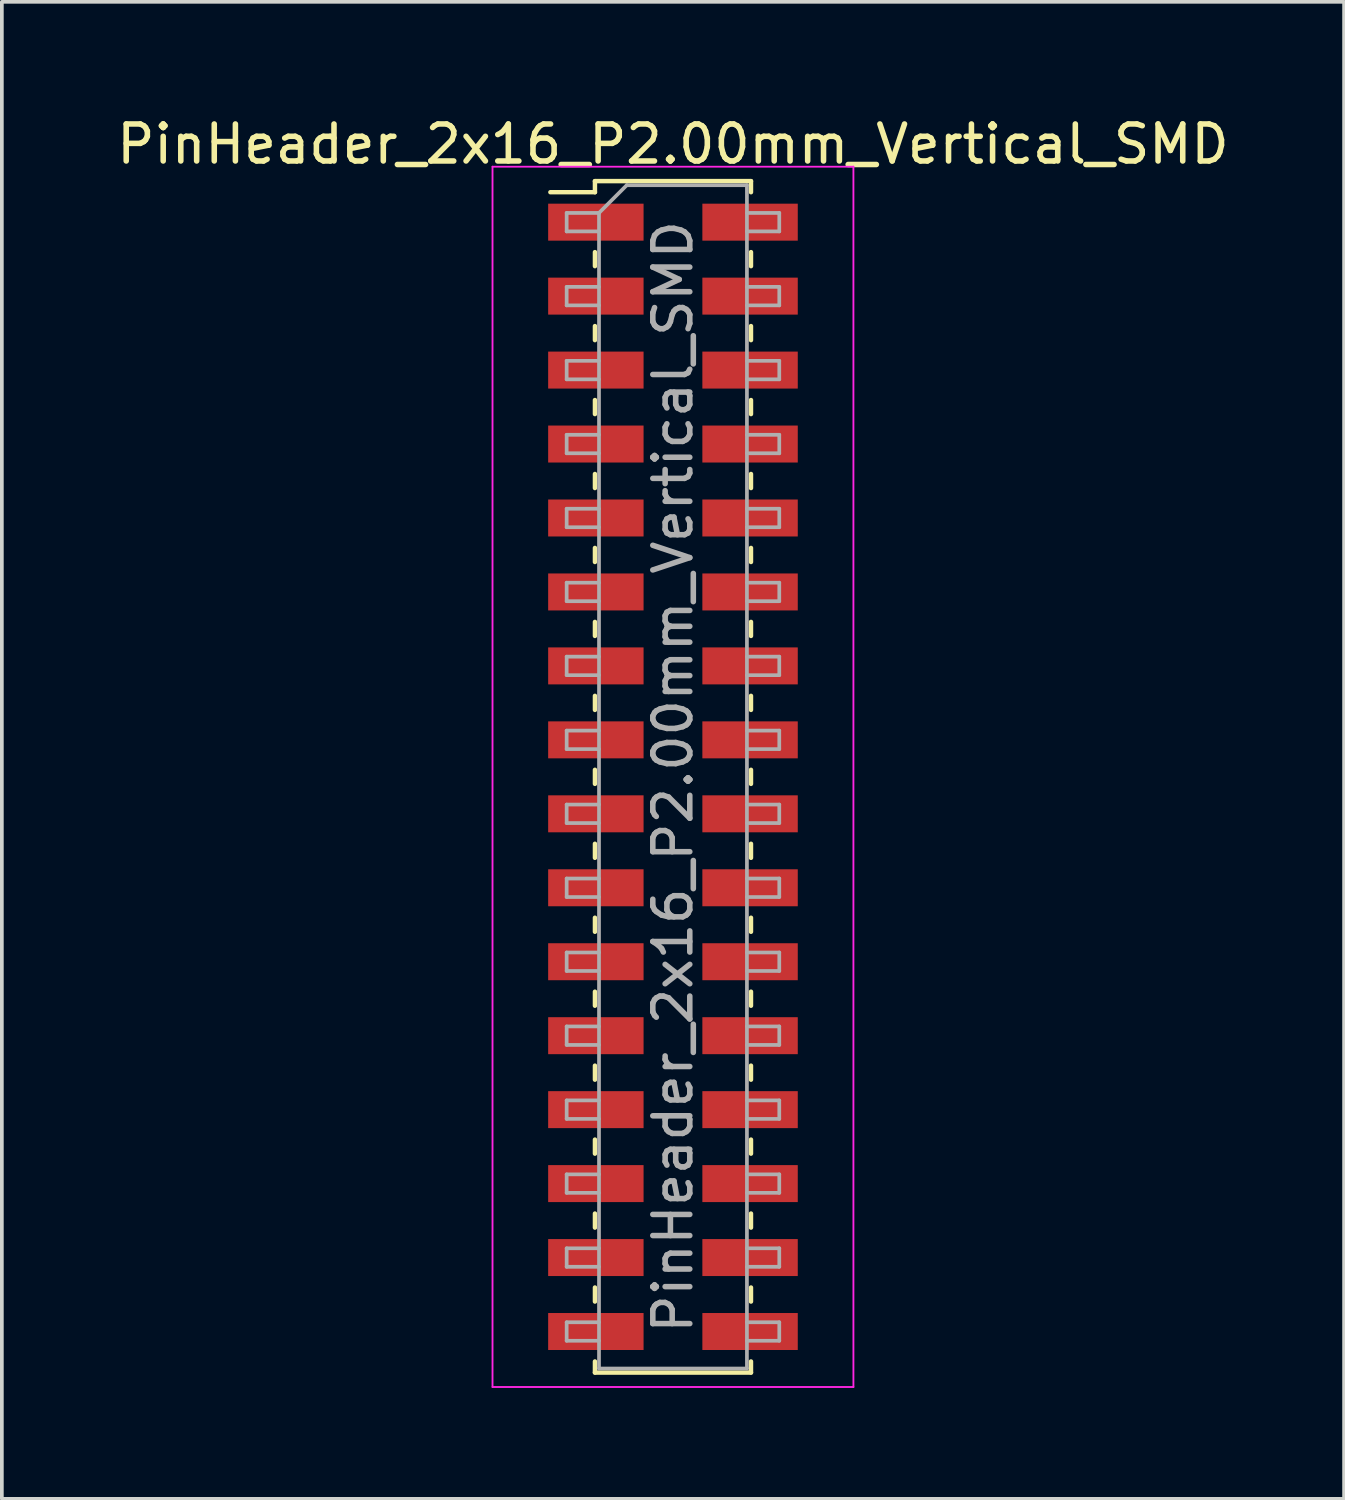
<source format=kicad_pcb>
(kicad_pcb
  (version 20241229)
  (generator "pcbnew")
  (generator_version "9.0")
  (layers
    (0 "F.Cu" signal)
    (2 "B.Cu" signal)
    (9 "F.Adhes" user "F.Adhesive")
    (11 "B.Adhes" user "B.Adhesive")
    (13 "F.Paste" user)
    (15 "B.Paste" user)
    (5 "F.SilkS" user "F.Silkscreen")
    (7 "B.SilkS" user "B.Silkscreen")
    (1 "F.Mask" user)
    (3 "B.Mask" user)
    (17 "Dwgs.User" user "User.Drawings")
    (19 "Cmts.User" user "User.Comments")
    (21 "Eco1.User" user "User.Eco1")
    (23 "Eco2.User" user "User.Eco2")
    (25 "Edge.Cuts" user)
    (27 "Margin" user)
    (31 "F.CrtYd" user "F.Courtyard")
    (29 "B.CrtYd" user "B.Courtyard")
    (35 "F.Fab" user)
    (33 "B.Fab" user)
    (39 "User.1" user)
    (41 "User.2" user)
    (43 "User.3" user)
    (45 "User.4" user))
  (footprint "PinHeader_2x16_P2.00mm_Vertical_SMD"
    (layer "F.Cu")
    (at 15.149 17.958)
    (property "Reference" "PinHeader_2x16_P2.00mm_Vertical_SMD" (at 0 -17.11 0) (layer "F.SilkS") (effects (font (size 1 1) (thickness 0.15))))
    (attr smd)
    (fp_line (start -3.315 -15.81) (end -2.11 -15.81) (stroke (width 0.12) (type solid)) (layer "F.SilkS"))
    (fp_line (start -2.11 -16.11) (end -2.11 -15.81) (stroke (width 0.12) (type solid)) (layer "F.SilkS"))
    (fp_line (start -2.11 -16.11) (end 2.11 -16.11) (stroke (width 0.12) (type solid)) (layer "F.SilkS"))
    (fp_line (start -2.11 -14.19) (end -2.11 -13.81) (stroke (width 0.12) (type solid)) (layer "F.SilkS"))
    (fp_line (start -2.11 -12.19) (end -2.11 -11.81) (stroke (width 0.12) (type solid)) (layer "F.SilkS"))
    (fp_line (start -2.11 -10.19) (end -2.11 -9.81) (stroke (width 0.12) (type solid)) (layer "F.SilkS"))
    (fp_line (start -2.11 -8.19) (end -2.11 -7.81) (stroke (width 0.12) (type solid)) (layer "F.SilkS"))
    (fp_line (start -2.11 -6.19) (end -2.11 -5.81) (stroke (width 0.12) (type solid)) (layer "F.SilkS"))
    (fp_line (start -2.11 -4.19) (end -2.11 -3.81) (stroke (width 0.12) (type solid)) (layer "F.SilkS"))
    (fp_line (start -2.11 -2.19) (end -2.11 -1.81) (stroke (width 0.12) (type solid)) (layer "F.SilkS"))
    (fp_line (start -2.11 -0.19) (end -2.11 0.19) (stroke (width 0.12) (type solid)) (layer "F.SilkS"))
    (fp_line (start -2.11 1.81) (end -2.11 2.19) (stroke (width 0.12) (type solid)) (layer "F.SilkS"))
    (fp_line (start -2.11 3.81) (end -2.11 4.19) (stroke (width 0.12) (type solid)) (layer "F.SilkS"))
    (fp_line (start -2.11 5.81) (end -2.11 6.19) (stroke (width 0.12) (type solid)) (layer "F.SilkS"))
    (fp_line (start -2.11 7.81) (end -2.11 8.19) (stroke (width 0.12) (type solid)) (layer "F.SilkS"))
    (fp_line (start -2.11 9.81) (end -2.11 10.19) (stroke (width 0.12) (type solid)) (layer "F.SilkS"))
    (fp_line (start -2.11 11.81) (end -2.11 12.19) (stroke (width 0.12) (type solid)) (layer "F.SilkS"))
    (fp_line (start -2.11 13.81) (end -2.11 14.19) (stroke (width 0.12) (type solid)) (layer "F.SilkS"))
    (fp_line (start -2.11 15.81) (end -2.11 16.11) (stroke (width 0.12) (type solid)) (layer "F.SilkS"))
    (fp_line (start -2.11 16.11) (end 2.11 16.11) (stroke (width 0.12) (type solid)) (layer "F.SilkS"))
    (fp_line (start 2.11 -16.11) (end 2.11 -15.81) (stroke (width 0.12) (type solid)) (layer "F.SilkS"))
    (fp_line (start 2.11 -14.19) (end 2.11 -13.81) (stroke (width 0.12) (type solid)) (layer "F.SilkS"))
    (fp_line (start 2.11 -12.19) (end 2.11 -11.81) (stroke (width 0.12) (type solid)) (layer "F.SilkS"))
    (fp_line (start 2.11 -10.19) (end 2.11 -9.81) (stroke (width 0.12) (type solid)) (layer "F.SilkS"))
    (fp_line (start 2.11 -8.19) (end 2.11 -7.81) (stroke (width 0.12) (type solid)) (layer "F.SilkS"))
    (fp_line (start 2.11 -6.19) (end 2.11 -5.81) (stroke (width 0.12) (type solid)) (layer "F.SilkS"))
    (fp_line (start 2.11 -4.19) (end 2.11 -3.81) (stroke (width 0.12) (type solid)) (layer "F.SilkS"))
    (fp_line (start 2.11 -2.19) (end 2.11 -1.81) (stroke (width 0.12) (type solid)) (layer "F.SilkS"))
    (fp_line (start 2.11 -0.19) (end 2.11 0.19) (stroke (width 0.12) (type solid)) (layer "F.SilkS"))
    (fp_line (start 2.11 1.81) (end 2.11 2.19) (stroke (width 0.12) (type solid)) (layer "F.SilkS"))
    (fp_line (start 2.11 3.81) (end 2.11 4.19) (stroke (width 0.12) (type solid)) (layer "F.SilkS"))
    (fp_line (start 2.11 5.81) (end 2.11 6.19) (stroke (width 0.12) (type solid)) (layer "F.SilkS"))
    (fp_line (start 2.11 7.81) (end 2.11 8.19) (stroke (width 0.12) (type solid)) (layer "F.SilkS"))
    (fp_line (start 2.11 9.81) (end 2.11 10.19) (stroke (width 0.12) (type solid)) (layer "F.SilkS"))
    (fp_line (start 2.11 11.81) (end 2.11 12.19) (stroke (width 0.12) (type solid)) (layer "F.SilkS"))
    (fp_line (start 2.11 13.81) (end 2.11 14.19) (stroke (width 0.12) (type solid)) (layer "F.SilkS"))
    (fp_line (start 2.11 15.81) (end 2.11 16.11) (stroke (width 0.12) (type solid)) (layer "F.SilkS"))
    (fp_line (start -4.88 -16.5) (end -4.88 16.5) (stroke (width 0.05) (type solid)) (layer "F.CrtYd"))
    (fp_line (start -4.88 16.5) (end 4.88 16.5) (stroke (width 0.05) (type solid)) (layer "F.CrtYd"))
    (fp_line (start 4.88 -16.5) (end -4.88 -16.5) (stroke (width 0.05) (type solid)) (layer "F.CrtYd"))
    (fp_line (start 4.88 16.5) (end 4.88 -16.5) (stroke (width 0.05) (type solid)) (layer "F.CrtYd"))
    (fp_line (start -2.875 -15.25) (end -2.875 -14.75) (stroke (width 0.1) (type solid)) (layer "F.Fab"))
    (fp_line (start -2.875 -14.75) (end -2 -14.75) (stroke (width 0.1) (type solid)) (layer "F.Fab"))
    (fp_line (start -2.875 -13.25) (end -2.875 -12.75) (stroke (width 0.1) (type solid)) (layer "F.Fab"))
    (fp_line (start -2.875 -12.75) (end -2 -12.75) (stroke (width 0.1) (type solid)) (layer "F.Fab"))
    (fp_line (start -2.875 -11.25) (end -2.875 -10.75) (stroke (width 0.1) (type solid)) (layer "F.Fab"))
    (fp_line (start -2.875 -10.75) (end -2 -10.75) (stroke (width 0.1) (type solid)) (layer "F.Fab"))
    (fp_line (start -2.875 -9.25) (end -2.875 -8.75) (stroke (width 0.1) (type solid)) (layer "F.Fab"))
    (fp_line (start -2.875 -8.75) (end -2 -8.75) (stroke (width 0.1) (type solid)) (layer "F.Fab"))
    (fp_line (start -2.875 -7.25) (end -2.875 -6.75) (stroke (width 0.1) (type solid)) (layer "F.Fab"))
    (fp_line (start -2.875 -6.75) (end -2 -6.75) (stroke (width 0.1) (type solid)) (layer "F.Fab"))
    (fp_line (start -2.875 -5.25) (end -2.875 -4.75) (stroke (width 0.1) (type solid)) (layer "F.Fab"))
    (fp_line (start -2.875 -4.75) (end -2 -4.75) (stroke (width 0.1) (type solid)) (layer "F.Fab"))
    (fp_line (start -2.875 -3.25) (end -2.875 -2.75) (stroke (width 0.1) (type solid)) (layer "F.Fab"))
    (fp_line (start -2.875 -2.75) (end -2 -2.75) (stroke (width 0.1) (type solid)) (layer "F.Fab"))
    (fp_line (start -2.875 -1.25) (end -2.875 -0.75) (stroke (width 0.1) (type solid)) (layer "F.Fab"))
    (fp_line (start -2.875 -0.75) (end -2 -0.75) (stroke (width 0.1) (type solid)) (layer "F.Fab"))
    (fp_line (start -2.875 0.75) (end -2.875 1.25) (stroke (width 0.1) (type solid)) (layer "F.Fab"))
    (fp_line (start -2.875 1.25) (end -2 1.25) (stroke (width 0.1) (type solid)) (layer "F.Fab"))
    (fp_line (start -2.875 2.75) (end -2.875 3.25) (stroke (width 0.1) (type solid)) (layer "F.Fab"))
    (fp_line (start -2.875 3.25) (end -2 3.25) (stroke (width 0.1) (type solid)) (layer "F.Fab"))
    (fp_line (start -2.875 4.75) (end -2.875 5.25) (stroke (width 0.1) (type solid)) (layer "F.Fab"))
    (fp_line (start -2.875 5.25) (end -2 5.25) (stroke (width 0.1) (type solid)) (layer "F.Fab"))
    (fp_line (start -2.875 6.75) (end -2.875 7.25) (stroke (width 0.1) (type solid)) (layer "F.Fab"))
    (fp_line (start -2.875 7.25) (end -2 7.25) (stroke (width 0.1) (type solid)) (layer "F.Fab"))
    (fp_line (start -2.875 8.75) (end -2.875 9.25) (stroke (width 0.1) (type solid)) (layer "F.Fab"))
    (fp_line (start -2.875 9.25) (end -2 9.25) (stroke (width 0.1) (type solid)) (layer "F.Fab"))
    (fp_line (start -2.875 10.75) (end -2.875 11.25) (stroke (width 0.1) (type solid)) (layer "F.Fab"))
    (fp_line (start -2.875 11.25) (end -2 11.25) (stroke (width 0.1) (type solid)) (layer "F.Fab"))
    (fp_line (start -2.875 12.75) (end -2.875 13.25) (stroke (width 0.1) (type solid)) (layer "F.Fab"))
    (fp_line (start -2.875 13.25) (end -2 13.25) (stroke (width 0.1) (type solid)) (layer "F.Fab"))
    (fp_line (start -2.875 14.75) (end -2.875 15.25) (stroke (width 0.1) (type solid)) (layer "F.Fab"))
    (fp_line (start -2.875 15.25) (end -2 15.25) (stroke (width 0.1) (type solid)) (layer "F.Fab"))
    (fp_line (start -2 -15.25) (end -2.875 -15.25) (stroke (width 0.1) (type solid)) (layer "F.Fab"))
    (fp_line (start -2 -15.25) (end -1.25 -16) (stroke (width 0.1) (type solid)) (layer "F.Fab"))
    (fp_line (start -2 -13.25) (end -2.875 -13.25) (stroke (width 0.1) (type solid)) (layer "F.Fab"))
    (fp_line (start -2 -11.25) (end -2.875 -11.25) (stroke (width 0.1) (type solid)) (layer "F.Fab"))
    (fp_line (start -2 -9.25) (end -2.875 -9.25) (stroke (width 0.1) (type solid)) (layer "F.Fab"))
    (fp_line (start -2 -7.25) (end -2.875 -7.25) (stroke (width 0.1) (type solid)) (layer "F.Fab"))
    (fp_line (start -2 -5.25) (end -2.875 -5.25) (stroke (width 0.1) (type solid)) (layer "F.Fab"))
    (fp_line (start -2 -3.25) (end -2.875 -3.25) (stroke (width 0.1) (type solid)) (layer "F.Fab"))
    (fp_line (start -2 -1.25) (end -2.875 -1.25) (stroke (width 0.1) (type solid)) (layer "F.Fab"))
    (fp_line (start -2 0.75) (end -2.875 0.75) (stroke (width 0.1) (type solid)) (layer "F.Fab"))
    (fp_line (start -2 2.75) (end -2.875 2.75) (stroke (width 0.1) (type solid)) (layer "F.Fab"))
    (fp_line (start -2 4.75) (end -2.875 4.75) (stroke (width 0.1) (type solid)) (layer "F.Fab"))
    (fp_line (start -2 6.75) (end -2.875 6.75) (stroke (width 0.1) (type solid)) (layer "F.Fab"))
    (fp_line (start -2 8.75) (end -2.875 8.75) (stroke (width 0.1) (type solid)) (layer "F.Fab"))
    (fp_line (start -2 10.75) (end -2.875 10.75) (stroke (width 0.1) (type solid)) (layer "F.Fab"))
    (fp_line (start -2 12.75) (end -2.875 12.75) (stroke (width 0.1) (type solid)) (layer "F.Fab"))
    (fp_line (start -2 14.75) (end -2.875 14.75) (stroke (width 0.1) (type solid)) (layer "F.Fab"))
    (fp_line (start -2 16) (end -2 -15.25) (stroke (width 0.1) (type solid)) (layer "F.Fab"))
    (fp_line (start -1.25 -16) (end 2 -16) (stroke (width 0.1) (type solid)) (layer "F.Fab"))
    (fp_line (start 2 -16) (end 2 16) (stroke (width 0.1) (type solid)) (layer "F.Fab"))
    (fp_line (start 2 -15.25) (end 2.875 -15.25) (stroke (width 0.1) (type solid)) (layer "F.Fab"))
    (fp_line (start 2 -13.25) (end 2.875 -13.25) (stroke (width 0.1) (type solid)) (layer "F.Fab"))
    (fp_line (start 2 -11.25) (end 2.875 -11.25) (stroke (width 0.1) (type solid)) (layer "F.Fab"))
    (fp_line (start 2 -9.25) (end 2.875 -9.25) (stroke (width 0.1) (type solid)) (layer "F.Fab"))
    (fp_line (start 2 -7.25) (end 2.875 -7.25) (stroke (width 0.1) (type solid)) (layer "F.Fab"))
    (fp_line (start 2 -5.25) (end 2.875 -5.25) (stroke (width 0.1) (type solid)) (layer "F.Fab"))
    (fp_line (start 2 -3.25) (end 2.875 -3.25) (stroke (width 0.1) (type solid)) (layer "F.Fab"))
    (fp_line (start 2 -1.25) (end 2.875 -1.25) (stroke (width 0.1) (type solid)) (layer "F.Fab"))
    (fp_line (start 2 0.75) (end 2.875 0.75) (stroke (width 0.1) (type solid)) (layer "F.Fab"))
    (fp_line (start 2 2.75) (end 2.875 2.75) (stroke (width 0.1) (type solid)) (layer "F.Fab"))
    (fp_line (start 2 4.75) (end 2.875 4.75) (stroke (width 0.1) (type solid)) (layer "F.Fab"))
    (fp_line (start 2 6.75) (end 2.875 6.75) (stroke (width 0.1) (type solid)) (layer "F.Fab"))
    (fp_line (start 2 8.75) (end 2.875 8.75) (stroke (width 0.1) (type solid)) (layer "F.Fab"))
    (fp_line (start 2 10.75) (end 2.875 10.75) (stroke (width 0.1) (type solid)) (layer "F.Fab"))
    (fp_line (start 2 12.75) (end 2.875 12.75) (stroke (width 0.1) (type solid)) (layer "F.Fab"))
    (fp_line (start 2 14.75) (end 2.875 14.75) (stroke (width 0.1) (type solid)) (layer "F.Fab"))
    (fp_line (start 2 16) (end -2 16) (stroke (width 0.1) (type solid)) (layer "F.Fab"))
    (fp_line (start 2.875 -15.25) (end 2.875 -14.75) (stroke (width 0.1) (type solid)) (layer "F.Fab"))
    (fp_line (start 2.875 -14.75) (end 2 -14.75) (stroke (width 0.1) (type solid)) (layer "F.Fab"))
    (fp_line (start 2.875 -13.25) (end 2.875 -12.75) (stroke (width 0.1) (type solid)) (layer "F.Fab"))
    (fp_line (start 2.875 -12.75) (end 2 -12.75) (stroke (width 0.1) (type solid)) (layer "F.Fab"))
    (fp_line (start 2.875 -11.25) (end 2.875 -10.75) (stroke (width 0.1) (type solid)) (layer "F.Fab"))
    (fp_line (start 2.875 -10.75) (end 2 -10.75) (stroke (width 0.1) (type solid)) (layer "F.Fab"))
    (fp_line (start 2.875 -9.25) (end 2.875 -8.75) (stroke (width 0.1) (type solid)) (layer "F.Fab"))
    (fp_line (start 2.875 -8.75) (end 2 -8.75) (stroke (width 0.1) (type solid)) (layer "F.Fab"))
    (fp_line (start 2.875 -7.25) (end 2.875 -6.75) (stroke (width 0.1) (type solid)) (layer "F.Fab"))
    (fp_line (start 2.875 -6.75) (end 2 -6.75) (stroke (width 0.1) (type solid)) (layer "F.Fab"))
    (fp_line (start 2.875 -5.25) (end 2.875 -4.75) (stroke (width 0.1) (type solid)) (layer "F.Fab"))
    (fp_line (start 2.875 -4.75) (end 2 -4.75) (stroke (width 0.1) (type solid)) (layer "F.Fab"))
    (fp_line (start 2.875 -3.25) (end 2.875 -2.75) (stroke (width 0.1) (type solid)) (layer "F.Fab"))
    (fp_line (start 2.875 -2.75) (end 2 -2.75) (stroke (width 0.1) (type solid)) (layer "F.Fab"))
    (fp_line (start 2.875 -1.25) (end 2.875 -0.75) (stroke (width 0.1) (type solid)) (layer "F.Fab"))
    (fp_line (start 2.875 -0.75) (end 2 -0.75) (stroke (width 0.1) (type solid)) (layer "F.Fab"))
    (fp_line (start 2.875 0.75) (end 2.875 1.25) (stroke (width 0.1) (type solid)) (layer "F.Fab"))
    (fp_line (start 2.875 1.25) (end 2 1.25) (stroke (width 0.1) (type solid)) (layer "F.Fab"))
    (fp_line (start 2.875 2.75) (end 2.875 3.25) (stroke (width 0.1) (type solid)) (layer "F.Fab"))
    (fp_line (start 2.875 3.25) (end 2 3.25) (stroke (width 0.1) (type solid)) (layer "F.Fab"))
    (fp_line (start 2.875 4.75) (end 2.875 5.25) (stroke (width 0.1) (type solid)) (layer "F.Fab"))
    (fp_line (start 2.875 5.25) (end 2 5.25) (stroke (width 0.1) (type solid)) (layer "F.Fab"))
    (fp_line (start 2.875 6.75) (end 2.875 7.25) (stroke (width 0.1) (type solid)) (layer "F.Fab"))
    (fp_line (start 2.875 7.25) (end 2 7.25) (stroke (width 0.1) (type solid)) (layer "F.Fab"))
    (fp_line (start 2.875 8.75) (end 2.875 9.25) (stroke (width 0.1) (type solid)) (layer "F.Fab"))
    (fp_line (start 2.875 9.25) (end 2 9.25) (stroke (width 0.1) (type solid)) (layer "F.Fab"))
    (fp_line (start 2.875 10.75) (end 2.875 11.25) (stroke (width 0.1) (type solid)) (layer "F.Fab"))
    (fp_line (start 2.875 11.25) (end 2 11.25) (stroke (width 0.1) (type solid)) (layer "F.Fab"))
    (fp_line (start 2.875 12.75) (end 2.875 13.25) (stroke (width 0.1) (type solid)) (layer "F.Fab"))
    (fp_line (start 2.875 13.25) (end 2 13.25) (stroke (width 0.1) (type solid)) (layer "F.Fab"))
    (fp_line (start 2.875 14.75) (end 2.875 15.25) (stroke (width 0.1) (type solid)) (layer "F.Fab"))
    (fp_line (start 2.875 15.25) (end 2 15.25) (stroke (width 0.1) (type solid)) (layer "F.Fab"))
    (fp_text user "${REFERENCE}" (at 0 0 90) (layer "F.Fab") (effects (font (size 1 1) (thickness 0.15))))
    (pad "1" smd rect (at -2.085 -15) (size 2.58 1) (layers "F.Cu" "F.Mask" "F.Paste"))
    (pad "2" smd rect (at 2.085 -15) (size 2.58 1) (layers "F.Cu" "F.Mask" "F.Paste"))
    (pad "3" smd rect (at -2.085 -13) (size 2.58 1) (layers "F.Cu" "F.Mask" "F.Paste"))
    (pad "4" smd rect (at 2.085 -13) (size 2.58 1) (layers "F.Cu" "F.Mask" "F.Paste"))
    (pad "5" smd rect (at -2.085 -11) (size 2.58 1) (layers "F.Cu" "F.Mask" "F.Paste"))
    (pad "6" smd rect (at 2.085 -11) (size 2.58 1) (layers "F.Cu" "F.Mask" "F.Paste"))
    (pad "7" smd rect (at -2.085 -9) (size 2.58 1) (layers "F.Cu" "F.Mask" "F.Paste"))
    (pad "8" smd rect (at 2.085 -9) (size 2.58 1) (layers "F.Cu" "F.Mask" "F.Paste"))
    (pad "9" smd rect (at -2.085 -7) (size 2.58 1) (layers "F.Cu" "F.Mask" "F.Paste"))
    (pad "10" smd rect (at 2.085 -7) (size 2.58 1) (layers "F.Cu" "F.Mask" "F.Paste"))
    (pad "11" smd rect (at -2.085 -5) (size 2.58 1) (layers "F.Cu" "F.Mask" "F.Paste"))
    (pad "12" smd rect (at 2.085 -5) (size 2.58 1) (layers "F.Cu" "F.Mask" "F.Paste"))
    (pad "13" smd rect (at -2.085 -3) (size 2.58 1) (layers "F.Cu" "F.Mask" "F.Paste"))
    (pad "14" smd rect (at 2.085 -3) (size 2.58 1) (layers "F.Cu" "F.Mask" "F.Paste"))
    (pad "15" smd rect (at -2.085 -1) (size 2.58 1) (layers "F.Cu" "F.Mask" "F.Paste"))
    (pad "16" smd rect (at 2.085 -1) (size 2.58 1) (layers "F.Cu" "F.Mask" "F.Paste"))
    (pad "17" smd rect (at -2.085 1) (size 2.58 1) (layers "F.Cu" "F.Mask" "F.Paste"))
    (pad "18" smd rect (at 2.085 1) (size 2.58 1) (layers "F.Cu" "F.Mask" "F.Paste"))
    (pad "19" smd rect (at -2.085 3) (size 2.58 1) (layers "F.Cu" "F.Mask" "F.Paste"))
    (pad "20" smd rect (at 2.085 3) (size 2.58 1) (layers "F.Cu" "F.Mask" "F.Paste"))
    (pad "21" smd rect (at -2.085 5) (size 2.58 1) (layers "F.Cu" "F.Mask" "F.Paste"))
    (pad "22" smd rect (at 2.085 5) (size 2.58 1) (layers "F.Cu" "F.Mask" "F.Paste"))
    (pad "23" smd rect (at -2.085 7) (size 2.58 1) (layers "F.Cu" "F.Mask" "F.Paste"))
    (pad "24" smd rect (at 2.085 7) (size 2.58 1) (layers "F.Cu" "F.Mask" "F.Paste"))
    (pad "25" smd rect (at -2.085 9) (size 2.58 1) (layers "F.Cu" "F.Mask" "F.Paste"))
    (pad "26" smd rect (at 2.085 9) (size 2.58 1) (layers "F.Cu" "F.Mask" "F.Paste"))
    (pad "27" smd rect (at -2.085 11) (size 2.58 1) (layers "F.Cu" "F.Mask" "F.Paste"))
    (pad "28" smd rect (at 2.085 11) (size 2.58 1) (layers "F.Cu" "F.Mask" "F.Paste"))
    (pad "29" smd rect (at -2.085 13) (size 2.58 1) (layers "F.Cu" "F.Mask" "F.Paste"))
    (pad "30" smd rect (at 2.085 13) (size 2.58 1) (layers "F.Cu" "F.Mask" "F.Paste"))
    (pad "31" smd rect (at -2.085 15) (size 2.58 1) (layers "F.Cu" "F.Mask" "F.Paste"))
    (pad "32" smd rect (at 2.085 15) (size 2.58 1) (layers "F.Cu" "F.Mask" "F.Paste")))
  (gr_rect
    (start -3 -3)
    (end 33.298 37.483)
    (stroke (width 0.1) (type default))
    (fill no)
    (layer "Edge.Cuts")))
</source>
